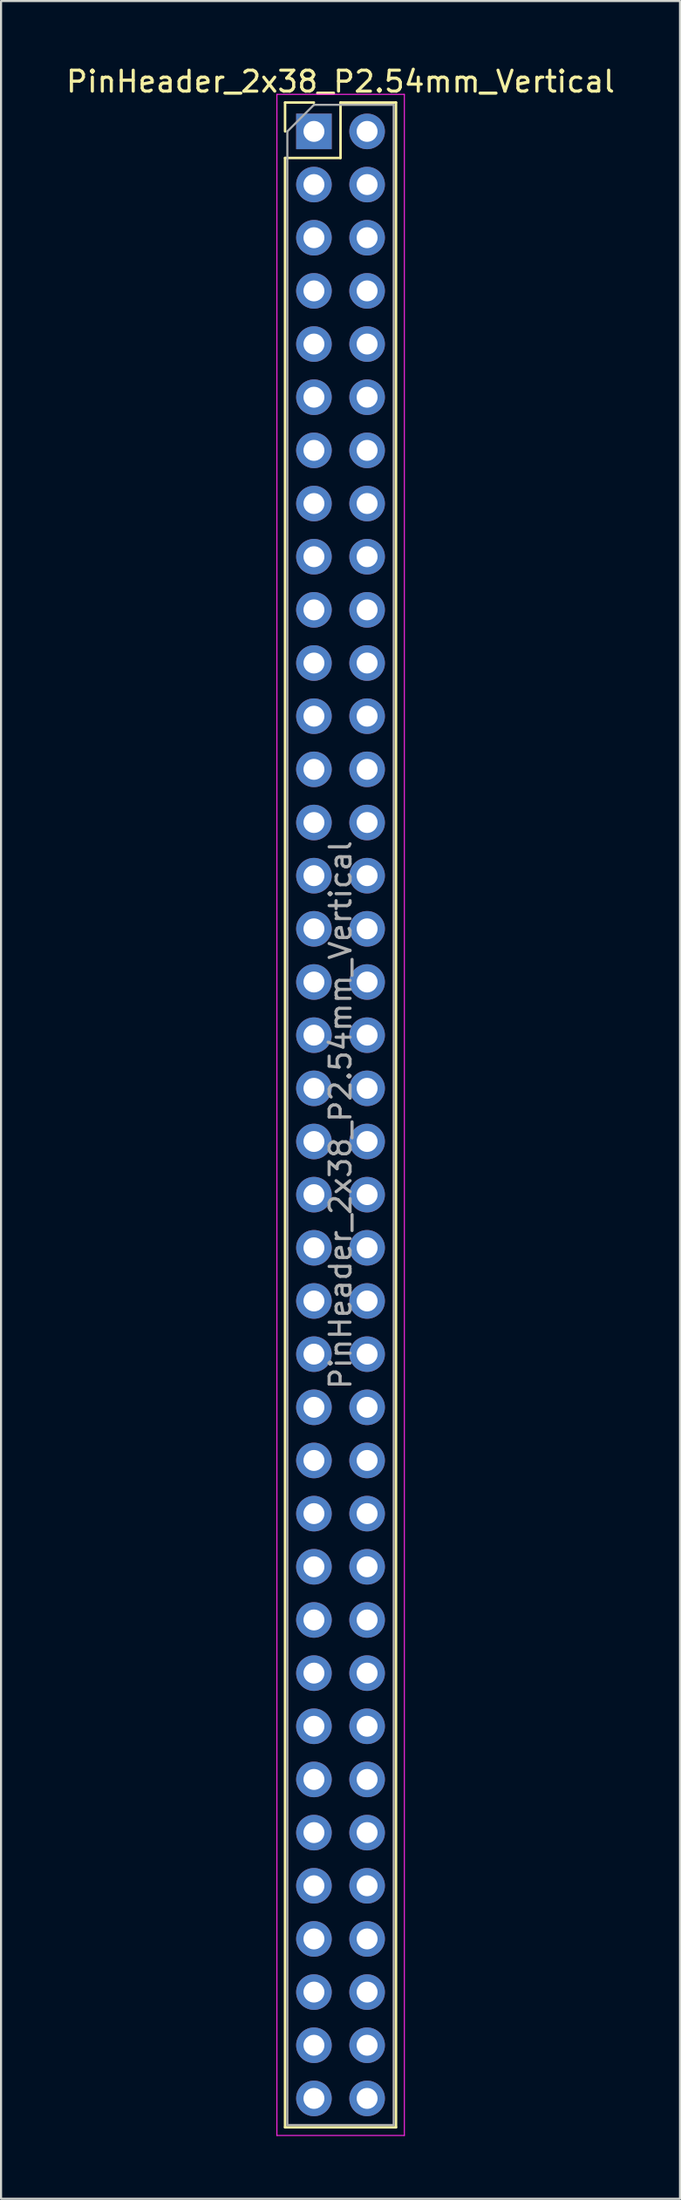
<source format=kicad_pcb>
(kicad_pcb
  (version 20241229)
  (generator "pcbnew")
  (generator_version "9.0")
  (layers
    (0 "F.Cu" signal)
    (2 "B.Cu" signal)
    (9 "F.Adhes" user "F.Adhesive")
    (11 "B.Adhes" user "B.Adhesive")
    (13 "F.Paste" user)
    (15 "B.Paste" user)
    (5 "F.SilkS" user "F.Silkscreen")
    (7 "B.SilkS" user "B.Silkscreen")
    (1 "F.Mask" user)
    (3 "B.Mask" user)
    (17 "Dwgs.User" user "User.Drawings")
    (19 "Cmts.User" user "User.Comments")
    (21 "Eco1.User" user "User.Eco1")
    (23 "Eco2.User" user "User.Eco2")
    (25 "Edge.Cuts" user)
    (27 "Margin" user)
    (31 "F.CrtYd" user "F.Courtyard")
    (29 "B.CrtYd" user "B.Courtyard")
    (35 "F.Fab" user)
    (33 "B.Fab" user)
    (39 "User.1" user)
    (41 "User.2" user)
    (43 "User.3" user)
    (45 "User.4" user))
  (footprint "PinHeader_2x38_P2.54mm_Vertical"
    (layer "F.Cu")
    (at 11.95 3.228)
    (property "Reference" "PinHeader_2x38_P2.54mm_Vertical" (at 1.27 -2.38 0) (layer "F.SilkS") (effects (font (size 1 1) (thickness 0.15))))
    (attr through_hole)
    (fp_line (start -1.38 -1.38) (end 0 -1.38) (stroke (width 0.12) (type solid)) (layer "F.SilkS"))
    (fp_line (start -1.38 0) (end -1.38 -1.38) (stroke (width 0.12) (type solid)) (layer "F.SilkS"))
    (fp_line (start -1.38 1.27) (end -1.38 95.36) (stroke (width 0.12) (type solid)) (layer "F.SilkS"))
    (fp_line (start -1.38 1.27) (end 1.27 1.27) (stroke (width 0.12) (type solid)) (layer "F.SilkS"))
    (fp_line (start -1.38 95.36) (end 3.92 95.36) (stroke (width 0.12) (type solid)) (layer "F.SilkS"))
    (fp_line (start 1.27 -1.38) (end 3.92 -1.38) (stroke (width 0.12) (type solid)) (layer "F.SilkS"))
    (fp_line (start 1.27 1.27) (end 1.27 -1.38) (stroke (width 0.12) (type solid)) (layer "F.SilkS"))
    (fp_line (start 3.92 -1.38) (end 3.92 95.36) (stroke (width 0.12) (type solid)) (layer "F.SilkS"))
    (fp_line (start -1.77 -1.77) (end -1.77 95.75) (stroke (width 0.05) (type solid)) (layer "F.CrtYd"))
    (fp_line (start -1.77 95.75) (end 4.32 95.75) (stroke (width 0.05) (type solid)) (layer "F.CrtYd"))
    (fp_line (start 4.32 -1.77) (end -1.77 -1.77) (stroke (width 0.05) (type solid)) (layer "F.CrtYd"))
    (fp_line (start 4.32 95.75) (end 4.32 -1.77) (stroke (width 0.05) (type solid)) (layer "F.CrtYd"))
    (fp_line (start -1.27 0) (end 0 -1.27) (stroke (width 0.1) (type solid)) (layer "F.Fab"))
    (fp_line (start -1.27 95.25) (end -1.27 0) (stroke (width 0.1) (type solid)) (layer "F.Fab"))
    (fp_line (start 0 -1.27) (end 3.81 -1.27) (stroke (width 0.1) (type solid)) (layer "F.Fab"))
    (fp_line (start 3.81 -1.27) (end 3.81 95.25) (stroke (width 0.1) (type solid)) (layer "F.Fab"))
    (fp_line (start 3.81 95.25) (end -1.27 95.25) (stroke (width 0.1) (type solid)) (layer "F.Fab"))
    (fp_text user "${REFERENCE}" (at 1.27 46.99 90) (layer "F.Fab") (effects (font (size 1 1) (thickness 0.15))))
    (pad "1" thru_hole rect (at 0 0) (size 1.7 1.7) (drill 1) (layers "*.Cu" "*.Mask"))
    (pad "2" thru_hole circle (at 2.54 0) (size 1.7 1.7) (drill 1) (layers "*.Cu" "*.Mask"))
    (pad "3" thru_hole circle (at 0 2.54) (size 1.7 1.7) (drill 1) (layers "*.Cu" "*.Mask"))
    (pad "4" thru_hole circle (at 2.54 2.54) (size 1.7 1.7) (drill 1) (layers "*.Cu" "*.Mask"))
    (pad "5" thru_hole circle (at 0 5.08) (size 1.7 1.7) (drill 1) (layers "*.Cu" "*.Mask"))
    (pad "6" thru_hole circle (at 2.54 5.08) (size 1.7 1.7) (drill 1) (layers "*.Cu" "*.Mask"))
    (pad "7" thru_hole circle (at 0 7.62) (size 1.7 1.7) (drill 1) (layers "*.Cu" "*.Mask"))
    (pad "8" thru_hole circle (at 2.54 7.62) (size 1.7 1.7) (drill 1) (layers "*.Cu" "*.Mask"))
    (pad "9" thru_hole circle (at 0 10.16) (size 1.7 1.7) (drill 1) (layers "*.Cu" "*.Mask"))
    (pad "10" thru_hole circle (at 2.54 10.16) (size 1.7 1.7) (drill 1) (layers "*.Cu" "*.Mask"))
    (pad "11" thru_hole circle (at 0 12.7) (size 1.7 1.7) (drill 1) (layers "*.Cu" "*.Mask"))
    (pad "12" thru_hole circle (at 2.54 12.7) (size 1.7 1.7) (drill 1) (layers "*.Cu" "*.Mask"))
    (pad "13" thru_hole circle (at 0 15.24) (size 1.7 1.7) (drill 1) (layers "*.Cu" "*.Mask"))
    (pad "14" thru_hole circle (at 2.54 15.24) (size 1.7 1.7) (drill 1) (layers "*.Cu" "*.Mask"))
    (pad "15" thru_hole circle (at 0 17.78) (size 1.7 1.7) (drill 1) (layers "*.Cu" "*.Mask"))
    (pad "16" thru_hole circle (at 2.54 17.78) (size 1.7 1.7) (drill 1) (layers "*.Cu" "*.Mask"))
    (pad "17" thru_hole circle (at 0 20.32) (size 1.7 1.7) (drill 1) (layers "*.Cu" "*.Mask"))
    (pad "18" thru_hole circle (at 2.54 20.32) (size 1.7 1.7) (drill 1) (layers "*.Cu" "*.Mask"))
    (pad "19" thru_hole circle (at 0 22.86) (size 1.7 1.7) (drill 1) (layers "*.Cu" "*.Mask"))
    (pad "20" thru_hole circle (at 2.54 22.86) (size 1.7 1.7) (drill 1) (layers "*.Cu" "*.Mask"))
    (pad "21" thru_hole circle (at 0 25.4) (size 1.7 1.7) (drill 1) (layers "*.Cu" "*.Mask"))
    (pad "22" thru_hole circle (at 2.54 25.4) (size 1.7 1.7) (drill 1) (layers "*.Cu" "*.Mask"))
    (pad "23" thru_hole circle (at 0 27.94) (size 1.7 1.7) (drill 1) (layers "*.Cu" "*.Mask"))
    (pad "24" thru_hole circle (at 2.54 27.94) (size 1.7 1.7) (drill 1) (layers "*.Cu" "*.Mask"))
    (pad "25" thru_hole circle (at 0 30.48) (size 1.7 1.7) (drill 1) (layers "*.Cu" "*.Mask"))
    (pad "26" thru_hole circle (at 2.54 30.48) (size 1.7 1.7) (drill 1) (layers "*.Cu" "*.Mask"))
    (pad "27" thru_hole circle (at 0 33.02) (size 1.7 1.7) (drill 1) (layers "*.Cu" "*.Mask"))
    (pad "28" thru_hole circle (at 2.54 33.02) (size 1.7 1.7) (drill 1) (layers "*.Cu" "*.Mask"))
    (pad "29" thru_hole circle (at 0 35.56) (size 1.7 1.7) (drill 1) (layers "*.Cu" "*.Mask"))
    (pad "30" thru_hole circle (at 2.54 35.56) (size 1.7 1.7) (drill 1) (layers "*.Cu" "*.Mask"))
    (pad "31" thru_hole circle (at 0 38.1) (size 1.7 1.7) (drill 1) (layers "*.Cu" "*.Mask"))
    (pad "32" thru_hole circle (at 2.54 38.1) (size 1.7 1.7) (drill 1) (layers "*.Cu" "*.Mask"))
    (pad "33" thru_hole circle (at 0 40.64) (size 1.7 1.7) (drill 1) (layers "*.Cu" "*.Mask"))
    (pad "34" thru_hole circle (at 2.54 40.64) (size 1.7 1.7) (drill 1) (layers "*.Cu" "*.Mask"))
    (pad "35" thru_hole circle (at 0 43.18) (size 1.7 1.7) (drill 1) (layers "*.Cu" "*.Mask"))
    (pad "36" thru_hole circle (at 2.54 43.18) (size 1.7 1.7) (drill 1) (layers "*.Cu" "*.Mask"))
    (pad "37" thru_hole circle (at 0 45.72) (size 1.7 1.7) (drill 1) (layers "*.Cu" "*.Mask"))
    (pad "38" thru_hole circle (at 2.54 45.72) (size 1.7 1.7) (drill 1) (layers "*.Cu" "*.Mask"))
    (pad "39" thru_hole circle (at 0 48.26) (size 1.7 1.7) (drill 1) (layers "*.Cu" "*.Mask"))
    (pad "40" thru_hole circle (at 2.54 48.26) (size 1.7 1.7) (drill 1) (layers "*.Cu" "*.Mask"))
    (pad "41" thru_hole circle (at 0 50.8) (size 1.7 1.7) (drill 1) (layers "*.Cu" "*.Mask"))
    (pad "42" thru_hole circle (at 2.54 50.8) (size 1.7 1.7) (drill 1) (layers "*.Cu" "*.Mask"))
    (pad "43" thru_hole circle (at 0 53.34) (size 1.7 1.7) (drill 1) (layers "*.Cu" "*.Mask"))
    (pad "44" thru_hole circle (at 2.54 53.34) (size 1.7 1.7) (drill 1) (layers "*.Cu" "*.Mask"))
    (pad "45" thru_hole circle (at 0 55.88) (size 1.7 1.7) (drill 1) (layers "*.Cu" "*.Mask"))
    (pad "46" thru_hole circle (at 2.54 55.88) (size 1.7 1.7) (drill 1) (layers "*.Cu" "*.Mask"))
    (pad "47" thru_hole circle (at 0 58.42) (size 1.7 1.7) (drill 1) (layers "*.Cu" "*.Mask"))
    (pad "48" thru_hole circle (at 2.54 58.42) (size 1.7 1.7) (drill 1) (layers "*.Cu" "*.Mask"))
    (pad "49" thru_hole circle (at 0 60.96) (size 1.7 1.7) (drill 1) (layers "*.Cu" "*.Mask"))
    (pad "50" thru_hole circle (at 2.54 60.96) (size 1.7 1.7) (drill 1) (layers "*.Cu" "*.Mask"))
    (pad "51" thru_hole circle (at 0 63.5) (size 1.7 1.7) (drill 1) (layers "*.Cu" "*.Mask"))
    (pad "52" thru_hole circle (at 2.54 63.5) (size 1.7 1.7) (drill 1) (layers "*.Cu" "*.Mask"))
    (pad "53" thru_hole circle (at 0 66.04) (size 1.7 1.7) (drill 1) (layers "*.Cu" "*.Mask"))
    (pad "54" thru_hole circle (at 2.54 66.04) (size 1.7 1.7) (drill 1) (layers "*.Cu" "*.Mask"))
    (pad "55" thru_hole circle (at 0 68.58) (size 1.7 1.7) (drill 1) (layers "*.Cu" "*.Mask"))
    (pad "56" thru_hole circle (at 2.54 68.58) (size 1.7 1.7) (drill 1) (layers "*.Cu" "*.Mask"))
    (pad "57" thru_hole circle (at 0 71.12) (size 1.7 1.7) (drill 1) (layers "*.Cu" "*.Mask"))
    (pad "58" thru_hole circle (at 2.54 71.12) (size 1.7 1.7) (drill 1) (layers "*.Cu" "*.Mask"))
    (pad "59" thru_hole circle (at 0 73.66) (size 1.7 1.7) (drill 1) (layers "*.Cu" "*.Mask"))
    (pad "60" thru_hole circle (at 2.54 73.66) (size 1.7 1.7) (drill 1) (layers "*.Cu" "*.Mask"))
    (pad "61" thru_hole circle (at 0 76.2) (size 1.7 1.7) (drill 1) (layers "*.Cu" "*.Mask"))
    (pad "62" thru_hole circle (at 2.54 76.2) (size 1.7 1.7) (drill 1) (layers "*.Cu" "*.Mask"))
    (pad "63" thru_hole circle (at 0 78.74) (size 1.7 1.7) (drill 1) (layers "*.Cu" "*.Mask"))
    (pad "64" thru_hole circle (at 2.54 78.74) (size 1.7 1.7) (drill 1) (layers "*.Cu" "*.Mask"))
    (pad "65" thru_hole circle (at 0 81.28) (size 1.7 1.7) (drill 1) (layers "*.Cu" "*.Mask"))
    (pad "66" thru_hole circle (at 2.54 81.28) (size 1.7 1.7) (drill 1) (layers "*.Cu" "*.Mask"))
    (pad "67" thru_hole circle (at 0 83.82) (size 1.7 1.7) (drill 1) (layers "*.Cu" "*.Mask"))
    (pad "68" thru_hole circle (at 2.54 83.82) (size 1.7 1.7) (drill 1) (layers "*.Cu" "*.Mask"))
    (pad "69" thru_hole circle (at 0 86.36) (size 1.7 1.7) (drill 1) (layers "*.Cu" "*.Mask"))
    (pad "70" thru_hole circle (at 2.54 86.36) (size 1.7 1.7) (drill 1) (layers "*.Cu" "*.Mask"))
    (pad "71" thru_hole circle (at 0 88.9) (size 1.7 1.7) (drill 1) (layers "*.Cu" "*.Mask"))
    (pad "72" thru_hole circle (at 2.54 88.9) (size 1.7 1.7) (drill 1) (layers "*.Cu" "*.Mask"))
    (pad "73" thru_hole circle (at 0 91.44) (size 1.7 1.7) (drill 1) (layers "*.Cu" "*.Mask"))
    (pad "74" thru_hole circle (at 2.54 91.44) (size 1.7 1.7) (drill 1) (layers "*.Cu" "*.Mask"))
    (pad "75" thru_hole circle (at 0 93.98) (size 1.7 1.7) (drill 1) (layers "*.Cu" "*.Mask"))
    (pad "76" thru_hole circle (at 2.54 93.98) (size 1.7 1.7) (drill 1) (layers "*.Cu" "*.Mask")))
  (gr_rect
    (start -3 -3)
    (end 29.44 102.003)
    (stroke (width 0.1) (type default))
    (fill no)
    (layer "Edge.Cuts")))
</source>
